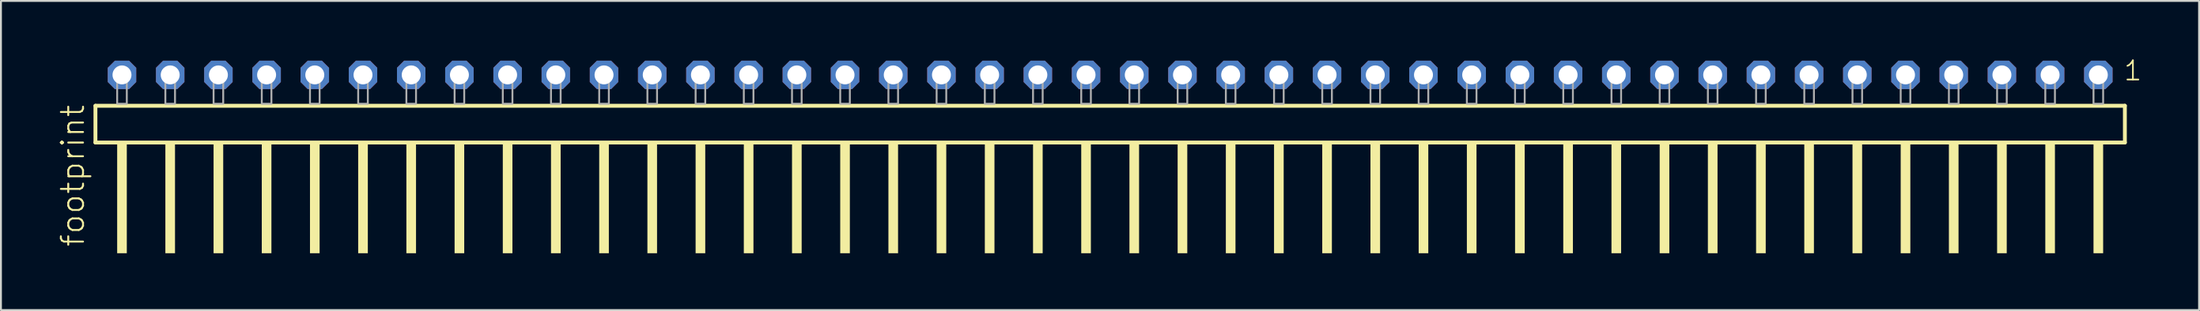
<source format=kicad_pcb>
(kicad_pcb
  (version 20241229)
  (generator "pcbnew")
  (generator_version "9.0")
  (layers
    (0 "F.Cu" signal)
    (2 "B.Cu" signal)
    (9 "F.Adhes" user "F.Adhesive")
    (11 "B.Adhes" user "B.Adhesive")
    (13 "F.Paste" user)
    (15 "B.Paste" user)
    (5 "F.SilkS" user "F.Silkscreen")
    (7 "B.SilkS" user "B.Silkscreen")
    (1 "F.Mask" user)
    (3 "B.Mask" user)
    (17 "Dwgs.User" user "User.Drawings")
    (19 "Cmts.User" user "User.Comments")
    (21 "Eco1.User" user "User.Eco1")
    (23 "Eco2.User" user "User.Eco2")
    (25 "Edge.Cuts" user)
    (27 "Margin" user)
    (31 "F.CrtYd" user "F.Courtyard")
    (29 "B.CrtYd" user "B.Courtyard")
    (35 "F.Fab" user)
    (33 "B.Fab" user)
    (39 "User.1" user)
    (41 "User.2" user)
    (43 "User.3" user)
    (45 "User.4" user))
  (footprint "footprint"
    (layer "F.Cu")
    (at 55.448 2.428)
    (property "Reference" "footprint" (at -53.975 7.62 90) (layer "F.SilkS") (effects (font (size 1.168 1.168) (thickness 0.102)) (justify left bottom)))
    (fp_line (start -53.469 0.106) (end -53.469 2.046) (stroke (width 0.203) (type solid)) (layer "F.SilkS"))
    (fp_line (start -53.469 2.046) (end 53.469 2.046) (stroke (width 0.203) (type solid)) (layer "F.SilkS"))
    (fp_line (start 53.469 0.106) (end -53.469 0.106) (stroke (width 0.203) (type solid)) (layer "F.SilkS"))
    (fp_line (start 53.469 2.046) (end 53.469 0.106) (stroke (width 0.203) (type solid)) (layer "F.SilkS"))
    (fp_poly (pts (xy -52.324 7.89) (xy -51.816 7.89) (xy -51.816 2.04) (xy -52.324 2.04)) (stroke (width 0) (type solid)) (fill yes) (layer "F.SilkS"))
    (fp_poly (pts (xy -49.784 7.89) (xy -49.276 7.89) (xy -49.276 2.04) (xy -49.784 2.04)) (stroke (width 0) (type solid)) (fill yes) (layer "F.SilkS"))
    (fp_poly (pts (xy -47.244 7.89) (xy -46.736 7.89) (xy -46.736 2.04) (xy -47.244 2.04)) (stroke (width 0) (type solid)) (fill yes) (layer "F.SilkS"))
    (fp_poly (pts (xy -44.704 7.89) (xy -44.196 7.89) (xy -44.196 2.04) (xy -44.704 2.04)) (stroke (width 0) (type solid)) (fill yes) (layer "F.SilkS"))
    (fp_poly (pts (xy -42.164 7.89) (xy -41.656 7.89) (xy -41.656 2.04) (xy -42.164 2.04)) (stroke (width 0) (type solid)) (fill yes) (layer "F.SilkS"))
    (fp_poly (pts (xy -39.624 7.89) (xy -39.116 7.89) (xy -39.116 2.04) (xy -39.624 2.04)) (stroke (width 0) (type solid)) (fill yes) (layer "F.SilkS"))
    (fp_poly (pts (xy -37.084 7.89) (xy -36.576 7.89) (xy -36.576 2.04) (xy -37.084 2.04)) (stroke (width 0) (type solid)) (fill yes) (layer "F.SilkS"))
    (fp_poly (pts (xy -34.544 7.89) (xy -34.036 7.89) (xy -34.036 2.04) (xy -34.544 2.04)) (stroke (width 0) (type solid)) (fill yes) (layer "F.SilkS"))
    (fp_poly (pts (xy -32.004 7.89) (xy -31.496 7.89) (xy -31.496 2.04) (xy -32.004 2.04)) (stroke (width 0) (type solid)) (fill yes) (layer "F.SilkS"))
    (fp_poly (pts (xy -29.464 7.89) (xy -28.956 7.89) (xy -28.956 2.04) (xy -29.464 2.04)) (stroke (width 0) (type solid)) (fill yes) (layer "F.SilkS"))
    (fp_poly (pts (xy -26.924 7.89) (xy -26.416 7.89) (xy -26.416 2.04) (xy -26.924 2.04)) (stroke (width 0) (type solid)) (fill yes) (layer "F.SilkS"))
    (fp_poly (pts (xy -24.384 7.89) (xy -23.876 7.89) (xy -23.876 2.04) (xy -24.384 2.04)) (stroke (width 0) (type solid)) (fill yes) (layer "F.SilkS"))
    (fp_poly (pts (xy -21.844 7.89) (xy -21.336 7.89) (xy -21.336 2.04) (xy -21.844 2.04)) (stroke (width 0) (type solid)) (fill yes) (layer "F.SilkS"))
    (fp_poly (pts (xy -19.304 7.89) (xy -18.796 7.89) (xy -18.796 2.04) (xy -19.304 2.04)) (stroke (width 0) (type solid)) (fill yes) (layer "F.SilkS"))
    (fp_poly (pts (xy -16.764 7.89) (xy -16.256 7.89) (xy -16.256 2.04) (xy -16.764 2.04)) (stroke (width 0) (type solid)) (fill yes) (layer "F.SilkS"))
    (fp_poly (pts (xy -14.224 7.89) (xy -13.716 7.89) (xy -13.716 2.04) (xy -14.224 2.04)) (stroke (width 0) (type solid)) (fill yes) (layer "F.SilkS"))
    (fp_poly (pts (xy -11.684 7.89) (xy -11.176 7.89) (xy -11.176 2.04) (xy -11.684 2.04)) (stroke (width 0) (type solid)) (fill yes) (layer "F.SilkS"))
    (fp_poly (pts (xy -9.144 7.89) (xy -8.636 7.89) (xy -8.636 2.04) (xy -9.144 2.04)) (stroke (width 0) (type solid)) (fill yes) (layer "F.SilkS"))
    (fp_poly (pts (xy -6.604 7.89) (xy -6.096 7.89) (xy -6.096 2.04) (xy -6.604 2.04)) (stroke (width 0) (type solid)) (fill yes) (layer "F.SilkS"))
    (fp_poly (pts (xy -4.064 7.89) (xy -3.556 7.89) (xy -3.556 2.04) (xy -4.064 2.04)) (stroke (width 0) (type solid)) (fill yes) (layer "F.SilkS"))
    (fp_poly (pts (xy -1.524 7.89) (xy -1.016 7.89) (xy -1.016 2.04) (xy -1.524 2.04)) (stroke (width 0) (type solid)) (fill yes) (layer "F.SilkS"))
    (fp_poly (pts (xy 1.016 7.89) (xy 1.524 7.89) (xy 1.524 2.04) (xy 1.016 2.04)) (stroke (width 0) (type solid)) (fill yes) (layer "F.SilkS"))
    (fp_poly (pts (xy 3.556 7.89) (xy 4.064 7.89) (xy 4.064 2.04) (xy 3.556 2.04)) (stroke (width 0) (type solid)) (fill yes) (layer "F.SilkS"))
    (fp_poly (pts (xy 6.096 7.89) (xy 6.604 7.89) (xy 6.604 2.04) (xy 6.096 2.04)) (stroke (width 0) (type solid)) (fill yes) (layer "F.SilkS"))
    (fp_poly (pts (xy 8.636 7.89) (xy 9.144 7.89) (xy 9.144 2.04) (xy 8.636 2.04)) (stroke (width 0) (type solid)) (fill yes) (layer "F.SilkS"))
    (fp_poly (pts (xy 11.176 7.89) (xy 11.684 7.89) (xy 11.684 2.04) (xy 11.176 2.04)) (stroke (width 0) (type solid)) (fill yes) (layer "F.SilkS"))
    (fp_poly (pts (xy 13.716 7.89) (xy 14.224 7.89) (xy 14.224 2.04) (xy 13.716 2.04)) (stroke (width 0) (type solid)) (fill yes) (layer "F.SilkS"))
    (fp_poly (pts (xy 16.256 7.89) (xy 16.764 7.89) (xy 16.764 2.04) (xy 16.256 2.04)) (stroke (width 0) (type solid)) (fill yes) (layer "F.SilkS"))
    (fp_poly (pts (xy 18.796 7.89) (xy 19.304 7.89) (xy 19.304 2.04) (xy 18.796 2.04)) (stroke (width 0) (type solid)) (fill yes) (layer "F.SilkS"))
    (fp_poly (pts (xy 21.336 7.89) (xy 21.844 7.89) (xy 21.844 2.04) (xy 21.336 2.04)) (stroke (width 0) (type solid)) (fill yes) (layer "F.SilkS"))
    (fp_poly (pts (xy 23.876 7.89) (xy 24.384 7.89) (xy 24.384 2.04) (xy 23.876 2.04)) (stroke (width 0) (type solid)) (fill yes) (layer "F.SilkS"))
    (fp_poly (pts (xy 26.416 7.89) (xy 26.924 7.89) (xy 26.924 2.04) (xy 26.416 2.04)) (stroke (width 0) (type solid)) (fill yes) (layer "F.SilkS"))
    (fp_poly (pts (xy 28.956 7.89) (xy 29.464 7.89) (xy 29.464 2.04) (xy 28.956 2.04)) (stroke (width 0) (type solid)) (fill yes) (layer "F.SilkS"))
    (fp_poly (pts (xy 31.496 7.89) (xy 32.004 7.89) (xy 32.004 2.04) (xy 31.496 2.04)) (stroke (width 0) (type solid)) (fill yes) (layer "F.SilkS"))
    (fp_poly (pts (xy 34.036 7.89) (xy 34.544 7.89) (xy 34.544 2.04) (xy 34.036 2.04)) (stroke (width 0) (type solid)) (fill yes) (layer "F.SilkS"))
    (fp_poly (pts (xy 36.576 7.89) (xy 37.084 7.89) (xy 37.084 2.04) (xy 36.576 2.04)) (stroke (width 0) (type solid)) (fill yes) (layer "F.SilkS"))
    (fp_poly (pts (xy 39.116 7.89) (xy 39.624 7.89) (xy 39.624 2.04) (xy 39.116 2.04)) (stroke (width 0) (type solid)) (fill yes) (layer "F.SilkS"))
    (fp_poly (pts (xy 41.656 7.89) (xy 42.164 7.89) (xy 42.164 2.04) (xy 41.656 2.04)) (stroke (width 0) (type solid)) (fill yes) (layer "F.SilkS"))
    (fp_poly (pts (xy 44.196 7.89) (xy 44.704 7.89) (xy 44.704 2.04) (xy 44.196 2.04)) (stroke (width 0) (type solid)) (fill yes) (layer "F.SilkS"))
    (fp_poly (pts (xy 46.736 7.89) (xy 47.244 7.89) (xy 47.244 2.04) (xy 46.736 2.04)) (stroke (width 0) (type solid)) (fill yes) (layer "F.SilkS"))
    (fp_poly (pts (xy 49.276 7.89) (xy 49.784 7.89) (xy 49.784 2.04) (xy 49.276 2.04)) (stroke (width 0) (type solid)) (fill yes) (layer "F.SilkS"))
    (fp_poly (pts (xy 51.816 7.89) (xy 52.324 7.89) (xy 52.324 2.04) (xy 51.816 2.04)) (stroke (width 0) (type solid)) (fill yes) (layer "F.SilkS"))
    (fp_poly (pts (xy -52.324 0) (xy -51.816 0) (xy -51.816 -1.778) (xy -52.324 -1.778)) (stroke (width 0.1) (type solid)) (fill no) (layer "F.Fab"))
    (fp_poly (pts (xy -49.784 0) (xy -49.276 0) (xy -49.276 -1.778) (xy -49.784 -1.778)) (stroke (width 0.1) (type solid)) (fill no) (layer "F.Fab"))
    (fp_poly (pts (xy -47.244 0) (xy -46.736 0) (xy -46.736 -1.778) (xy -47.244 -1.778)) (stroke (width 0.1) (type solid)) (fill no) (layer "F.Fab"))
    (fp_poly (pts (xy -44.704 0) (xy -44.196 0) (xy -44.196 -1.778) (xy -44.704 -1.778)) (stroke (width 0.1) (type solid)) (fill no) (layer "F.Fab"))
    (fp_poly (pts (xy -42.164 0) (xy -41.656 0) (xy -41.656 -1.778) (xy -42.164 -1.778)) (stroke (width 0.1) (type solid)) (fill no) (layer "F.Fab"))
    (fp_poly (pts (xy -39.624 0) (xy -39.116 0) (xy -39.116 -1.778) (xy -39.624 -1.778)) (stroke (width 0.1) (type solid)) (fill no) (layer "F.Fab"))
    (fp_poly (pts (xy -37.084 0) (xy -36.576 0) (xy -36.576 -1.778) (xy -37.084 -1.778)) (stroke (width 0.1) (type solid)) (fill no) (layer "F.Fab"))
    (fp_poly (pts (xy -34.544 0) (xy -34.036 0) (xy -34.036 -1.778) (xy -34.544 -1.778)) (stroke (width 0.1) (type solid)) (fill no) (layer "F.Fab"))
    (fp_poly (pts (xy -32.004 0) (xy -31.496 0) (xy -31.496 -1.778) (xy -32.004 -1.778)) (stroke (width 0.1) (type solid)) (fill no) (layer "F.Fab"))
    (fp_poly (pts (xy -29.464 0) (xy -28.956 0) (xy -28.956 -1.778) (xy -29.464 -1.778)) (stroke (width 0.1) (type solid)) (fill no) (layer "F.Fab"))
    (fp_poly (pts (xy -26.924 0) (xy -26.416 0) (xy -26.416 -1.778) (xy -26.924 -1.778)) (stroke (width 0.1) (type solid)) (fill no) (layer "F.Fab"))
    (fp_poly (pts (xy -24.384 0) (xy -23.876 0) (xy -23.876 -1.778) (xy -24.384 -1.778)) (stroke (width 0.1) (type solid)) (fill no) (layer "F.Fab"))
    (fp_poly (pts (xy -21.844 0) (xy -21.336 0) (xy -21.336 -1.778) (xy -21.844 -1.778)) (stroke (width 0.1) (type solid)) (fill no) (layer "F.Fab"))
    (fp_poly (pts (xy -19.304 0) (xy -18.796 0) (xy -18.796 -1.778) (xy -19.304 -1.778)) (stroke (width 0.1) (type solid)) (fill no) (layer "F.Fab"))
    (fp_poly (pts (xy -16.764 0) (xy -16.256 0) (xy -16.256 -1.778) (xy -16.764 -1.778)) (stroke (width 0.1) (type solid)) (fill no) (layer "F.Fab"))
    (fp_poly (pts (xy -14.224 0) (xy -13.716 0) (xy -13.716 -1.778) (xy -14.224 -1.778)) (stroke (width 0.1) (type solid)) (fill no) (layer "F.Fab"))
    (fp_poly (pts (xy -11.684 0) (xy -11.176 0) (xy -11.176 -1.778) (xy -11.684 -1.778)) (stroke (width 0.1) (type solid)) (fill no) (layer "F.Fab"))
    (fp_poly (pts (xy -9.144 0) (xy -8.636 0) (xy -8.636 -1.778) (xy -9.144 -1.778)) (stroke (width 0.1) (type solid)) (fill no) (layer "F.Fab"))
    (fp_poly (pts (xy -6.604 0) (xy -6.096 0) (xy -6.096 -1.778) (xy -6.604 -1.778)) (stroke (width 0.1) (type solid)) (fill no) (layer "F.Fab"))
    (fp_poly (pts (xy -4.064 0) (xy -3.556 0) (xy -3.556 -1.778) (xy -4.064 -1.778)) (stroke (width 0.1) (type solid)) (fill no) (layer "F.Fab"))
    (fp_poly (pts (xy -1.524 0) (xy -1.016 0) (xy -1.016 -1.778) (xy -1.524 -1.778)) (stroke (width 0.1) (type solid)) (fill no) (layer "F.Fab"))
    (fp_poly (pts (xy 1.016 0) (xy 1.524 0) (xy 1.524 -1.778) (xy 1.016 -1.778)) (stroke (width 0.1) (type solid)) (fill no) (layer "F.Fab"))
    (fp_poly (pts (xy 3.556 0) (xy 4.064 0) (xy 4.064 -1.778) (xy 3.556 -1.778)) (stroke (width 0.1) (type solid)) (fill no) (layer "F.Fab"))
    (fp_poly (pts (xy 6.096 0) (xy 6.604 0) (xy 6.604 -1.778) (xy 6.096 -1.778)) (stroke (width 0.1) (type solid)) (fill no) (layer "F.Fab"))
    (fp_poly (pts (xy 8.636 0) (xy 9.144 0) (xy 9.144 -1.778) (xy 8.636 -1.778)) (stroke (width 0.1) (type solid)) (fill no) (layer "F.Fab"))
    (fp_poly (pts (xy 11.176 0) (xy 11.684 0) (xy 11.684 -1.778) (xy 11.176 -1.778)) (stroke (width 0.1) (type solid)) (fill no) (layer "F.Fab"))
    (fp_poly (pts (xy 13.716 0) (xy 14.224 0) (xy 14.224 -1.778) (xy 13.716 -1.778)) (stroke (width 0.1) (type solid)) (fill no) (layer "F.Fab"))
    (fp_poly (pts (xy 16.256 0) (xy 16.764 0) (xy 16.764 -1.778) (xy 16.256 -1.778)) (stroke (width 0.1) (type solid)) (fill no) (layer "F.Fab"))
    (fp_poly (pts (xy 18.796 0) (xy 19.304 0) (xy 19.304 -1.778) (xy 18.796 -1.778)) (stroke (width 0.1) (type solid)) (fill no) (layer "F.Fab"))
    (fp_poly (pts (xy 21.336 0) (xy 21.844 0) (xy 21.844 -1.778) (xy 21.336 -1.778)) (stroke (width 0.1) (type solid)) (fill no) (layer "F.Fab"))
    (fp_poly (pts (xy 23.876 0) (xy 24.384 0) (xy 24.384 -1.778) (xy 23.876 -1.778)) (stroke (width 0.1) (type solid)) (fill no) (layer "F.Fab"))
    (fp_poly (pts (xy 26.416 0) (xy 26.924 0) (xy 26.924 -1.778) (xy 26.416 -1.778)) (stroke (width 0.1) (type solid)) (fill no) (layer "F.Fab"))
    (fp_poly (pts (xy 28.956 0) (xy 29.464 0) (xy 29.464 -1.778) (xy 28.956 -1.778)) (stroke (width 0.1) (type solid)) (fill no) (layer "F.Fab"))
    (fp_poly (pts (xy 31.496 0) (xy 32.004 0) (xy 32.004 -1.778) (xy 31.496 -1.778)) (stroke (width 0.1) (type solid)) (fill no) (layer "F.Fab"))
    (fp_poly (pts (xy 34.036 0) (xy 34.544 0) (xy 34.544 -1.778) (xy 34.036 -1.778)) (stroke (width 0.1) (type solid)) (fill no) (layer "F.Fab"))
    (fp_poly (pts (xy 36.576 0) (xy 37.084 0) (xy 37.084 -1.778) (xy 36.576 -1.778)) (stroke (width 0.1) (type solid)) (fill no) (layer "F.Fab"))
    (fp_poly (pts (xy 39.116 0) (xy 39.624 0) (xy 39.624 -1.778) (xy 39.116 -1.778)) (stroke (width 0.1) (type solid)) (fill no) (layer "F.Fab"))
    (fp_poly (pts (xy 41.656 0) (xy 42.164 0) (xy 42.164 -1.778) (xy 41.656 -1.778)) (stroke (width 0.1) (type solid)) (fill no) (layer "F.Fab"))
    (fp_poly (pts (xy 44.196 0) (xy 44.704 0) (xy 44.704 -1.778) (xy 44.196 -1.778)) (stroke (width 0.1) (type solid)) (fill no) (layer "F.Fab"))
    (fp_poly (pts (xy 46.736 0) (xy 47.244 0) (xy 47.244 -1.778) (xy 46.736 -1.778)) (stroke (width 0.1) (type solid)) (fill no) (layer "F.Fab"))
    (fp_poly (pts (xy 49.276 0) (xy 49.784 0) (xy 49.784 -1.778) (xy 49.276 -1.778)) (stroke (width 0.1) (type solid)) (fill no) (layer "F.Fab"))
    (fp_poly (pts (xy 51.816 0) (xy 52.324 0) (xy 52.324 -1.778) (xy 51.816 -1.778)) (stroke (width 0.1) (type solid)) (fill no) (layer "F.Fab"))
    (fp_text user "1" (at 53.352 -1.152 0) (layer "F.SilkS") (effects (font (size 1.012 1.012) (thickness 0.088)) (justify left bottom)))
    (pad "1" thru_hole roundrect (at 52.07 -1.524 180) (size 1.5 1.5) (drill 1) (layers "*.Cu" "*.Mask") (roundrect_rratio 0.25) (chamfer_ratio 0.25) (chamfer top_left top_right bottom_left bottom_right))
    (pad "2" thru_hole roundrect (at 49.53 -1.524 180) (size 1.5 1.5) (drill 1) (layers "*.Cu" "*.Mask") (roundrect_rratio 0.25) (chamfer_ratio 0.25) (chamfer top_left top_right bottom_left bottom_right))
    (pad "3" thru_hole roundrect (at 46.99 -1.524 180) (size 1.5 1.5) (drill 1) (layers "*.Cu" "*.Mask") (roundrect_rratio 0.25) (chamfer_ratio 0.25) (chamfer top_left top_right bottom_left bottom_right))
    (pad "4" thru_hole roundrect (at 44.45 -1.524 180) (size 1.5 1.5) (drill 1) (layers "*.Cu" "*.Mask") (roundrect_rratio 0.25) (chamfer_ratio 0.25) (chamfer top_left top_right bottom_left bottom_right))
    (pad "5" thru_hole roundrect (at 41.91 -1.524 180) (size 1.5 1.5) (drill 1) (layers "*.Cu" "*.Mask") (roundrect_rratio 0.25) (chamfer_ratio 0.25) (chamfer top_left top_right bottom_left bottom_right))
    (pad "6" thru_hole roundrect (at 39.37 -1.524 180) (size 1.5 1.5) (drill 1) (layers "*.Cu" "*.Mask") (roundrect_rratio 0.25) (chamfer_ratio 0.25) (chamfer top_left top_right bottom_left bottom_right))
    (pad "7" thru_hole roundrect (at 36.83 -1.524 180) (size 1.5 1.5) (drill 1) (layers "*.Cu" "*.Mask") (roundrect_rratio 0.25) (chamfer_ratio 0.25) (chamfer top_left top_right bottom_left bottom_right))
    (pad "8" thru_hole roundrect (at 34.29 -1.524 180) (size 1.5 1.5) (drill 1) (layers "*.Cu" "*.Mask") (roundrect_rratio 0.25) (chamfer_ratio 0.25) (chamfer top_left top_right bottom_left bottom_right))
    (pad "9" thru_hole roundrect (at 31.75 -1.524 180) (size 1.5 1.5) (drill 1) (layers "*.Cu" "*.Mask") (roundrect_rratio 0.25) (chamfer_ratio 0.25) (chamfer top_left top_right bottom_left bottom_right))
    (pad "10" thru_hole roundrect (at 29.21 -1.524 180) (size 1.5 1.5) (drill 1) (layers "*.Cu" "*.Mask") (roundrect_rratio 0.25) (chamfer_ratio 0.25) (chamfer top_left top_right bottom_left bottom_right))
    (pad "11" thru_hole roundrect (at 26.67 -1.524 180) (size 1.5 1.5) (drill 1) (layers "*.Cu" "*.Mask") (roundrect_rratio 0.25) (chamfer_ratio 0.25) (chamfer top_left top_right bottom_left bottom_right))
    (pad "12" thru_hole roundrect (at 24.13 -1.524 180) (size 1.5 1.5) (drill 1) (layers "*.Cu" "*.Mask") (roundrect_rratio 0.25) (chamfer_ratio 0.25) (chamfer top_left top_right bottom_left bottom_right))
    (pad "13" thru_hole roundrect (at 21.59 -1.524 180) (size 1.5 1.5) (drill 1) (layers "*.Cu" "*.Mask") (roundrect_rratio 0.25) (chamfer_ratio 0.25) (chamfer top_left top_right bottom_left bottom_right))
    (pad "14" thru_hole roundrect (at 19.05 -1.524 180) (size 1.5 1.5) (drill 1) (layers "*.Cu" "*.Mask") (roundrect_rratio 0.25) (chamfer_ratio 0.25) (chamfer top_left top_right bottom_left bottom_right))
    (pad "15" thru_hole roundrect (at 16.51 -1.524 180) (size 1.5 1.5) (drill 1) (layers "*.Cu" "*.Mask") (roundrect_rratio 0.25) (chamfer_ratio 0.25) (chamfer top_left top_right bottom_left bottom_right))
    (pad "16" thru_hole roundrect (at 13.97 -1.524 180) (size 1.5 1.5) (drill 1) (layers "*.Cu" "*.Mask") (roundrect_rratio 0.25) (chamfer_ratio 0.25) (chamfer top_left top_right bottom_left bottom_right))
    (pad "17" thru_hole roundrect (at 11.43 -1.524 180) (size 1.5 1.5) (drill 1) (layers "*.Cu" "*.Mask") (roundrect_rratio 0.25) (chamfer_ratio 0.25) (chamfer top_left top_right bottom_left bottom_right))
    (pad "18" thru_hole roundrect (at 8.89 -1.524 180) (size 1.5 1.5) (drill 1) (layers "*.Cu" "*.Mask") (roundrect_rratio 0.25) (chamfer_ratio 0.25) (chamfer top_left top_right bottom_left bottom_right))
    (pad "19" thru_hole roundrect (at 6.35 -1.524 180) (size 1.5 1.5) (drill 1) (layers "*.Cu" "*.Mask") (roundrect_rratio 0.25) (chamfer_ratio 0.25) (chamfer top_left top_right bottom_left bottom_right))
    (pad "20" thru_hole roundrect (at 3.81 -1.524 180) (size 1.5 1.5) (drill 1) (layers "*.Cu" "*.Mask") (roundrect_rratio 0.25) (chamfer_ratio 0.25) (chamfer top_left top_right bottom_left bottom_right))
    (pad "21" thru_hole roundrect (at 1.27 -1.524 180) (size 1.5 1.5) (drill 1) (layers "*.Cu" "*.Mask") (roundrect_rratio 0.25) (chamfer_ratio 0.25) (chamfer top_left top_right bottom_left bottom_right))
    (pad "22" thru_hole roundrect (at -1.27 -1.524 180) (size 1.5 1.5) (drill 1) (layers "*.Cu" "*.Mask") (roundrect_rratio 0.25) (chamfer_ratio 0.25) (chamfer top_left top_right bottom_left bottom_right))
    (pad "23" thru_hole roundrect (at -3.81 -1.524 180) (size 1.5 1.5) (drill 1) (layers "*.Cu" "*.Mask") (roundrect_rratio 0.25) (chamfer_ratio 0.25) (chamfer top_left top_right bottom_left bottom_right))
    (pad "24" thru_hole roundrect (at -6.35 -1.524 180) (size 1.5 1.5) (drill 1) (layers "*.Cu" "*.Mask") (roundrect_rratio 0.25) (chamfer_ratio 0.25) (chamfer top_left top_right bottom_left bottom_right))
    (pad "25" thru_hole roundrect (at -8.89 -1.524 180) (size 1.5 1.5) (drill 1) (layers "*.Cu" "*.Mask") (roundrect_rratio 0.25) (chamfer_ratio 0.25) (chamfer top_left top_right bottom_left bottom_right))
    (pad "26" thru_hole roundrect (at -11.43 -1.524 180) (size 1.5 1.5) (drill 1) (layers "*.Cu" "*.Mask") (roundrect_rratio 0.25) (chamfer_ratio 0.25) (chamfer top_left top_right bottom_left bottom_right))
    (pad "27" thru_hole roundrect (at -13.97 -1.524 180) (size 1.5 1.5) (drill 1) (layers "*.Cu" "*.Mask") (roundrect_rratio 0.25) (chamfer_ratio 0.25) (chamfer top_left top_right bottom_left bottom_right))
    (pad "28" thru_hole roundrect (at -16.51 -1.524 180) (size 1.5 1.5) (drill 1) (layers "*.Cu" "*.Mask") (roundrect_rratio 0.25) (chamfer_ratio 0.25) (chamfer top_left top_right bottom_left bottom_right))
    (pad "29" thru_hole roundrect (at -19.05 -1.524 180) (size 1.5 1.5) (drill 1) (layers "*.Cu" "*.Mask") (roundrect_rratio 0.25) (chamfer_ratio 0.25) (chamfer top_left top_right bottom_left bottom_right))
    (pad "30" thru_hole roundrect (at -21.59 -1.524 180) (size 1.5 1.5) (drill 1) (layers "*.Cu" "*.Mask") (roundrect_rratio 0.25) (chamfer_ratio 0.25) (chamfer top_left top_right bottom_left bottom_right))
    (pad "31" thru_hole roundrect (at -24.13 -1.524 180) (size 1.5 1.5) (drill 1) (layers "*.Cu" "*.Mask") (roundrect_rratio 0.25) (chamfer_ratio 0.25) (chamfer top_left top_right bottom_left bottom_right))
    (pad "32" thru_hole roundrect (at -26.67 -1.524 180) (size 1.5 1.5) (drill 1) (layers "*.Cu" "*.Mask") (roundrect_rratio 0.25) (chamfer_ratio 0.25) (chamfer top_left top_right bottom_left bottom_right))
    (pad "33" thru_hole roundrect (at -29.21 -1.524 180) (size 1.5 1.5) (drill 1) (layers "*.Cu" "*.Mask") (roundrect_rratio 0.25) (chamfer_ratio 0.25) (chamfer top_left top_right bottom_left bottom_right))
    (pad "34" thru_hole roundrect (at -31.75 -1.524 180) (size 1.5 1.5) (drill 1) (layers "*.Cu" "*.Mask") (roundrect_rratio 0.25) (chamfer_ratio 0.25) (chamfer top_left top_right bottom_left bottom_right))
    (pad "35" thru_hole roundrect (at -34.29 -1.524 180) (size 1.5 1.5) (drill 1) (layers "*.Cu" "*.Mask") (roundrect_rratio 0.25) (chamfer_ratio 0.25) (chamfer top_left top_right bottom_left bottom_right))
    (pad "36" thru_hole roundrect (at -36.83 -1.524 180) (size 1.5 1.5) (drill 1) (layers "*.Cu" "*.Mask") (roundrect_rratio 0.25) (chamfer_ratio 0.25) (chamfer top_left top_right bottom_left bottom_right))
    (pad "37" thru_hole roundrect (at -39.37 -1.524 180) (size 1.5 1.5) (drill 1) (layers "*.Cu" "*.Mask") (roundrect_rratio 0.25) (chamfer_ratio 0.25) (chamfer top_left top_right bottom_left bottom_right))
    (pad "38" thru_hole roundrect (at -41.91 -1.524 180) (size 1.5 1.5) (drill 1) (layers "*.Cu" "*.Mask") (roundrect_rratio 0.25) (chamfer_ratio 0.25) (chamfer top_left top_right bottom_left bottom_right))
    (pad "39" thru_hole roundrect (at -44.45 -1.524 180) (size 1.5 1.5) (drill 1) (layers "*.Cu" "*.Mask") (roundrect_rratio 0.25) (chamfer_ratio 0.25) (chamfer top_left top_right bottom_left bottom_right))
    (pad "40" thru_hole roundrect (at -46.99 -1.524 180) (size 1.5 1.5) (drill 1) (layers "*.Cu" "*.Mask") (roundrect_rratio 0.25) (chamfer_ratio 0.25) (chamfer top_left top_right bottom_left bottom_right))
    (pad "41" thru_hole roundrect (at -49.53 -1.524 180) (size 1.5 1.5) (drill 1) (layers "*.Cu" "*.Mask") (roundrect_rratio 0.25) (chamfer_ratio 0.25) (chamfer top_left top_right bottom_left bottom_right))
    (pad "42" thru_hole roundrect (at -52.07 -1.524 180) (size 1.5 1.5) (drill 1) (layers "*.Cu" "*.Mask") (roundrect_rratio 0.25) (chamfer_ratio 0.25) (chamfer top_left top_right bottom_left bottom_right)))
  (gr_rect
    (start -3 -3)
    (end 112.826 13.318)
    (stroke (width 0.1) (type default))
    (fill no)
    (layer "Edge.Cuts")))
</source>
